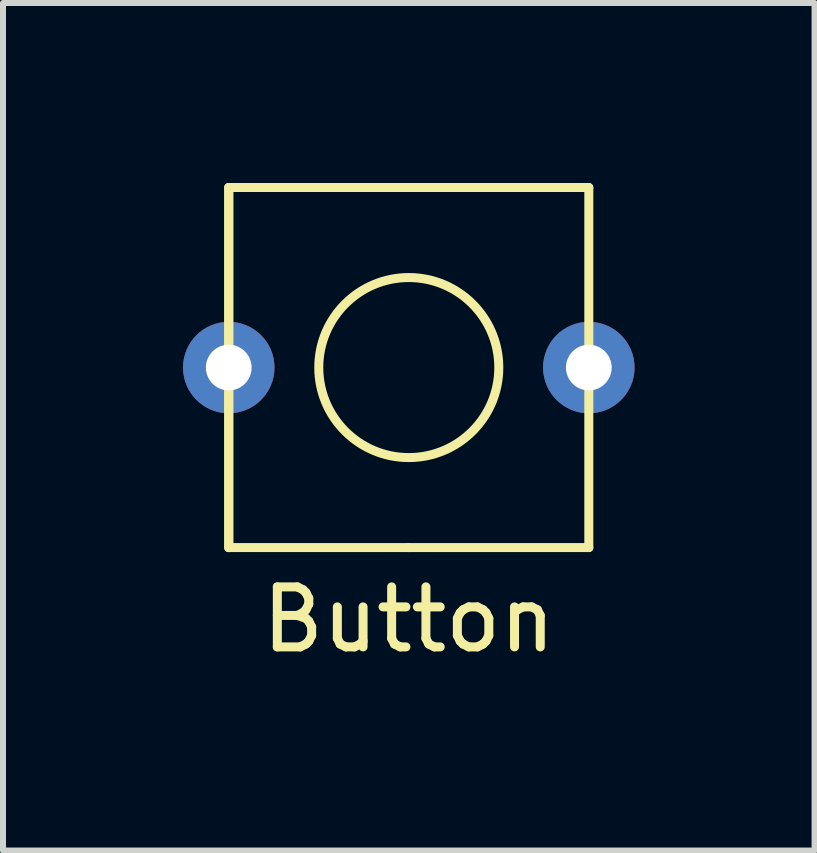
<source format=kicad_pcb>
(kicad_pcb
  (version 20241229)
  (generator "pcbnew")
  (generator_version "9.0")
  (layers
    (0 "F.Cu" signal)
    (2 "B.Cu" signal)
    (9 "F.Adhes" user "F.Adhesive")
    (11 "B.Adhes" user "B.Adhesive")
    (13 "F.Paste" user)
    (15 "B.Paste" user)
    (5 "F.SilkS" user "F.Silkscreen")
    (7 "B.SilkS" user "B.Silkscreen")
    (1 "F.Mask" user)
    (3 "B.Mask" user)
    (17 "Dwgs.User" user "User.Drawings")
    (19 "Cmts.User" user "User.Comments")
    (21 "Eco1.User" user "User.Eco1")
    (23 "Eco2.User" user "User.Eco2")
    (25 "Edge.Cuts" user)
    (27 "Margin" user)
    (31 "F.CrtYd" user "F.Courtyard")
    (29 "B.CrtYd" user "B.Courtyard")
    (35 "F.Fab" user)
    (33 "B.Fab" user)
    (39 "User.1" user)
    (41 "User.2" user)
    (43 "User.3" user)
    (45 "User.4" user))
  (footprint "Button"
    (layer "F.Cu")
    (at 0.762 3.075)
    (property "Reference" "Button" (at 3 4.2 0) (layer "F.SilkS") (effects (font (size 1 1) (thickness 0.15))))
    (attr through_hole)
    (fp_line (start 0 -3) (end 3 -3) (stroke (width 0.15) (type solid)) (layer "F.SilkS"))
    (fp_line (start 0 0) (end 0 -3) (stroke (width 0.15) (type solid)) (layer "F.SilkS"))
    (fp_line (start 0 3) (end 0 -3) (stroke (width 0.15) (type solid)) (layer "F.SilkS"))
    (fp_line (start 0 3) (end 0 0) (stroke (width 0.15) (type solid)) (layer "F.SilkS"))
    (fp_line (start 3 -3) (end 6 -3) (stroke (width 0.15) (type solid)) (layer "F.SilkS"))
    (fp_line (start 3 3) (end 0 3) (stroke (width 0.15) (type solid)) (layer "F.SilkS"))
    (fp_line (start 6 -3) (end 6 3) (stroke (width 0.15) (type solid)) (layer "F.SilkS"))
    (fp_line (start 6 3) (end 3 3) (stroke (width 0.15) (type solid)) (layer "F.SilkS"))
    (fp_circle (center 3 0) (end 1.5 0) (stroke (width 0.15) (type solid)) (fill no) (layer "F.SilkS"))
    (pad "1" thru_hole circle (at 0 0) (size 1.524 1.524) (drill 0.762) (layers "*.Cu" "*.Mask"))
    (pad "2" thru_hole circle (at 6 0) (size 1.524 1.524) (drill 0.762) (layers "*.Cu" "*.Mask")))
  (gr_rect
    (start -3 -3)
    (end 10.524 11.123)
    (stroke (width 0.1) (type default))
    (fill no)
    (layer "Edge.Cuts")))
</source>
